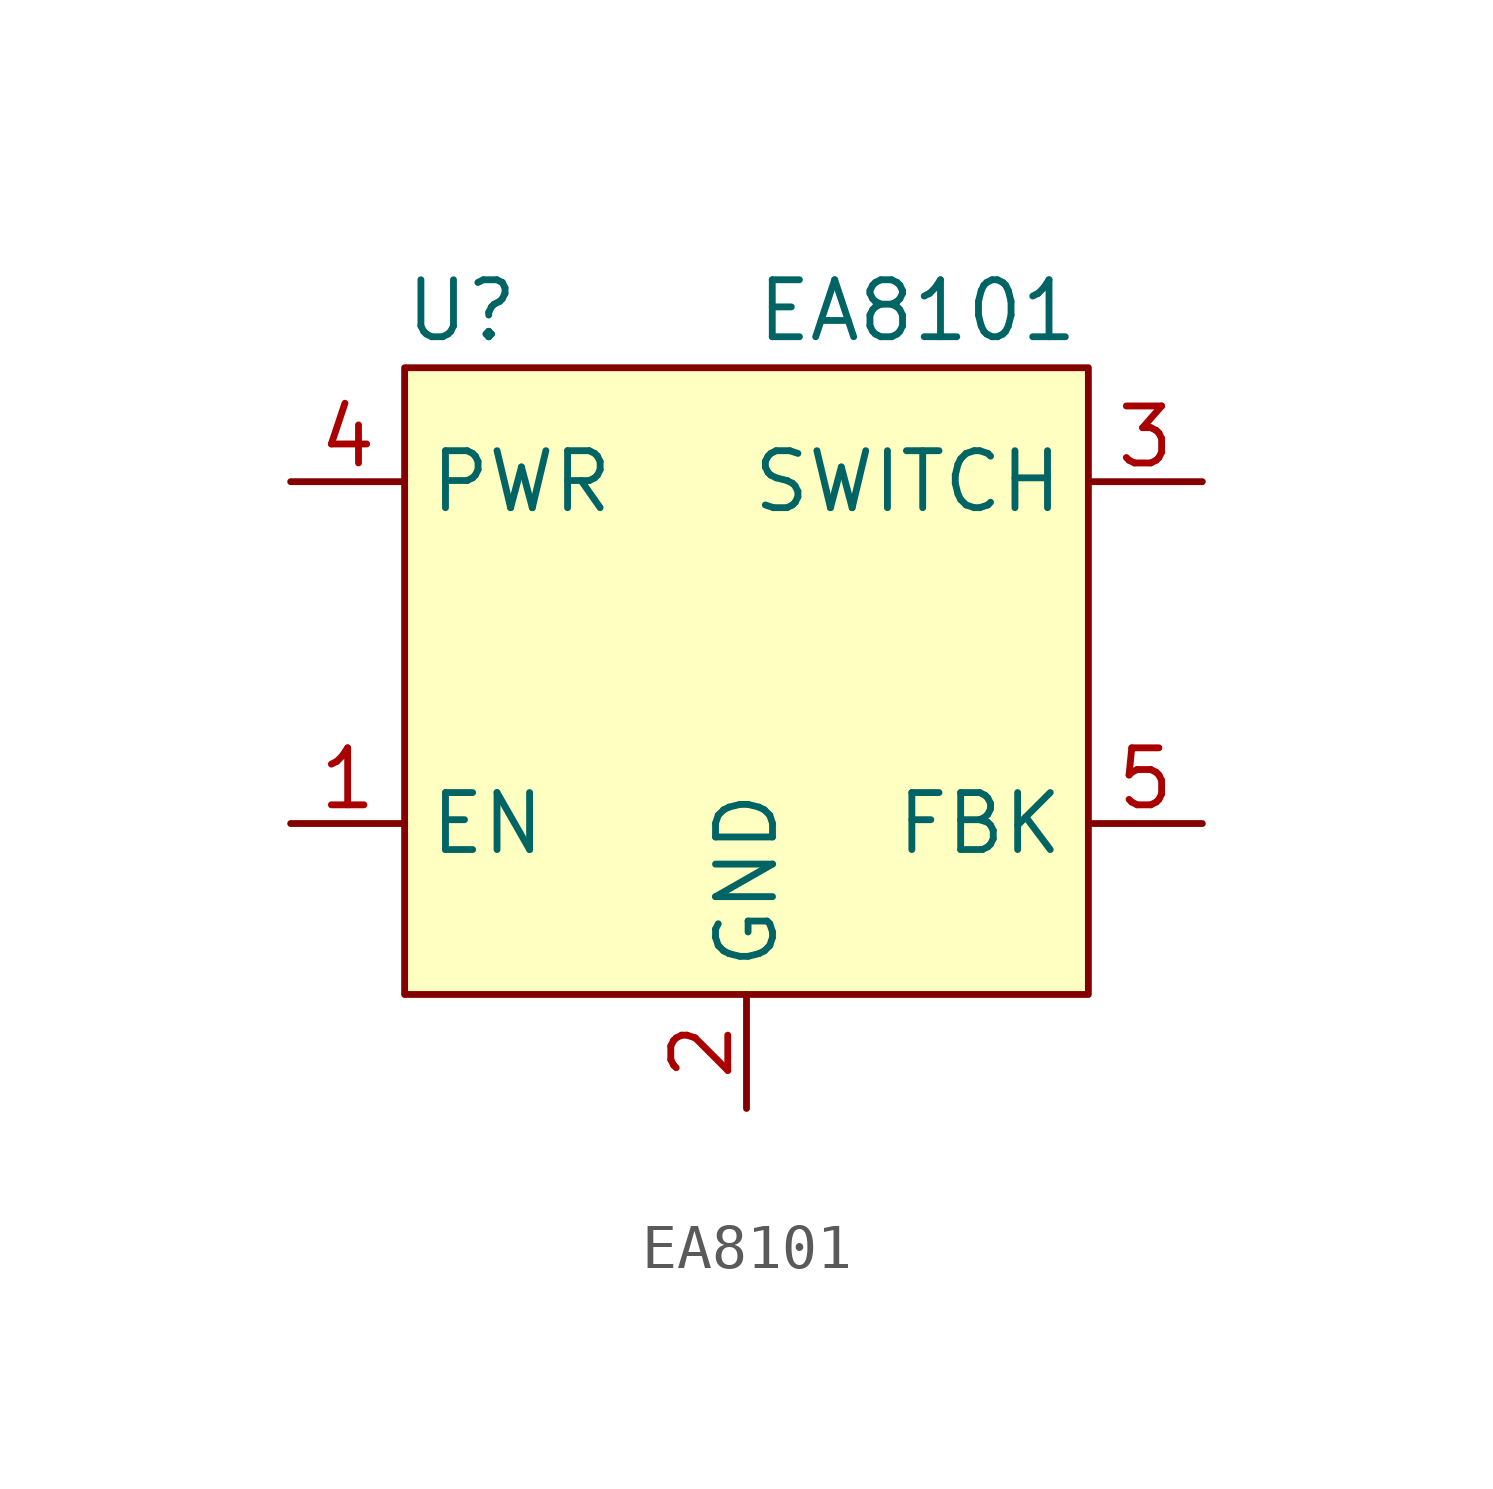
<source format=kicad_sym>
(kicad_symbol_lib
  (version 20220914)
  (generator kicad_symbol_editor)
  (symbol "EA8101"
    (property "Reference" "U"
      (at -6.35 6.35 0)
      (effects (font (size 1.27 1.27))))
    (property "Value" "EA8101"
      (at 3.81 6.35 0)
      (effects (font (size 1.27 1.27))))
    (symbol "EA8101_1_1"
      (rectangle (start -7.62 5.08) (end 7.62 -8.89) (stroke (width 0) (type default)) (fill (type background)))
      (pin input line (at -10.16 -5.08 0) (length 2.54) (name "EN" (effects (font (size 1.27 1.27)))) (number "1" (effects (font (size 1.27 1.27)))))
      (pin input line (at 0 -11.43 90) (length 2.54) (name "GND" (effects (font (size 1.27 1.27)))) (number "2" (effects (font (size 1.27 1.27)))))
      (pin input line (at 10.16 2.54 180) (length 2.54) (name "SWITCH" (effects (font (size 1.27 1.27)))) (number "3" (effects (font (size 1.27 1.27)))))
      (pin input line (at -10.16 2.54 0) (length 2.54) (name "PWR" (effects (font (size 1.27 1.27)))) (number "4" (effects (font (size 1.27 1.27)))))
      (pin input line (at 10.16 -5.08 180) (length 2.54) (name "FBK" (effects (font (size 1.27 1.27)))) (number "5" (effects (font (size 1.27 1.27))))))))
</source>
